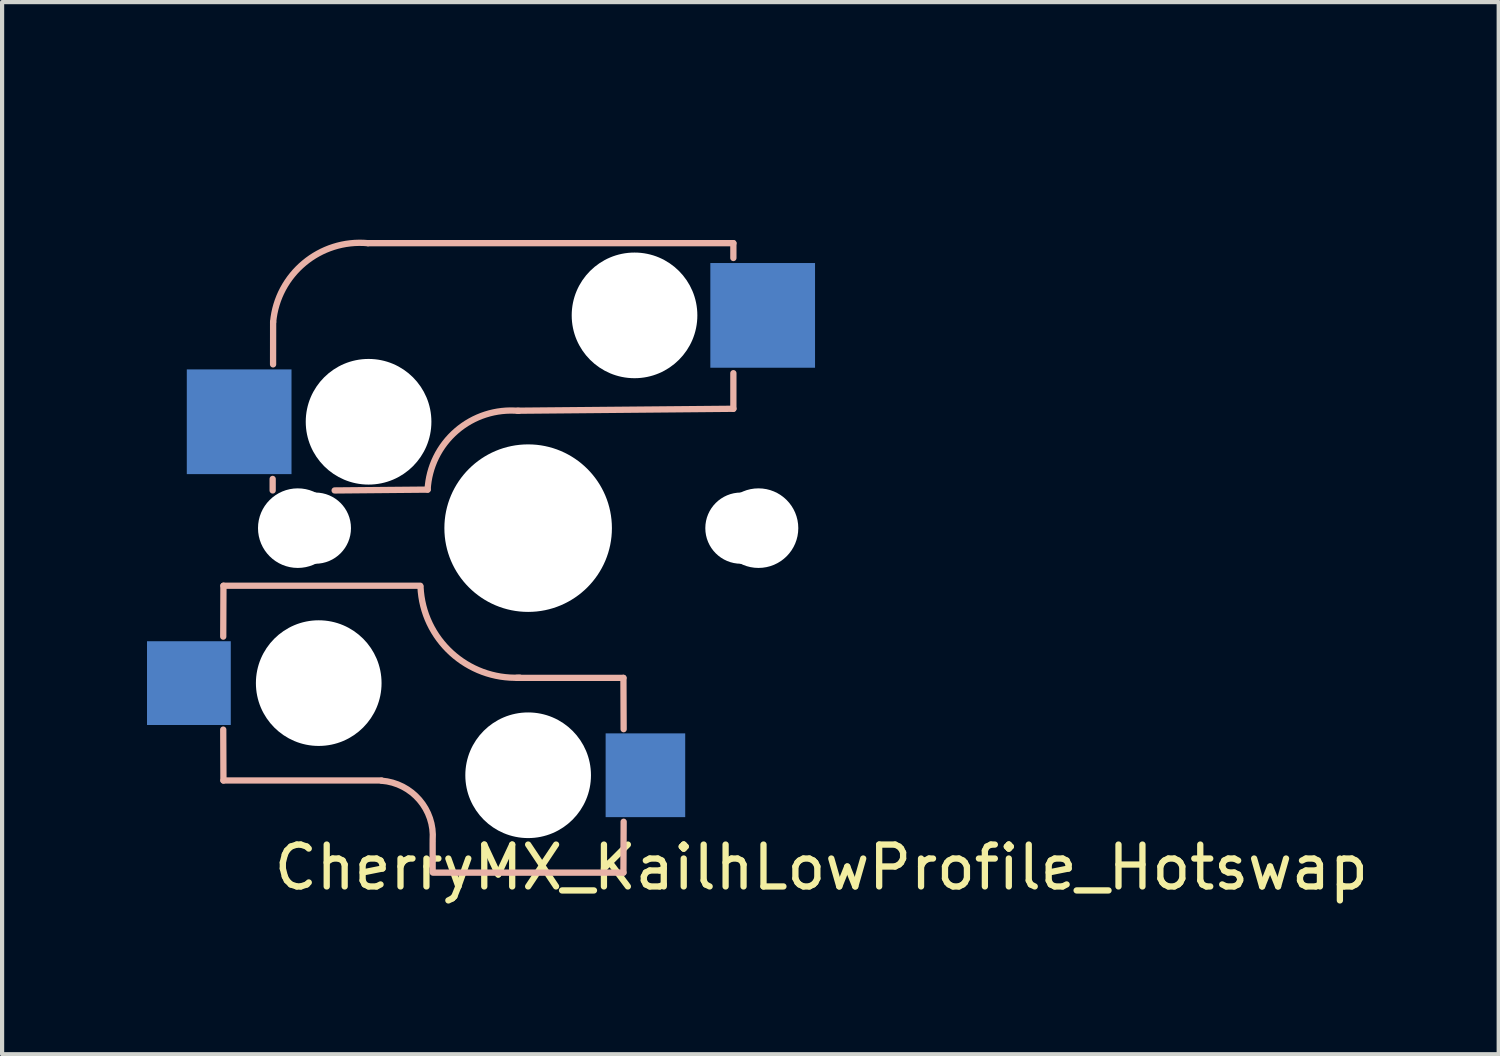
<source format=kicad_pcb>
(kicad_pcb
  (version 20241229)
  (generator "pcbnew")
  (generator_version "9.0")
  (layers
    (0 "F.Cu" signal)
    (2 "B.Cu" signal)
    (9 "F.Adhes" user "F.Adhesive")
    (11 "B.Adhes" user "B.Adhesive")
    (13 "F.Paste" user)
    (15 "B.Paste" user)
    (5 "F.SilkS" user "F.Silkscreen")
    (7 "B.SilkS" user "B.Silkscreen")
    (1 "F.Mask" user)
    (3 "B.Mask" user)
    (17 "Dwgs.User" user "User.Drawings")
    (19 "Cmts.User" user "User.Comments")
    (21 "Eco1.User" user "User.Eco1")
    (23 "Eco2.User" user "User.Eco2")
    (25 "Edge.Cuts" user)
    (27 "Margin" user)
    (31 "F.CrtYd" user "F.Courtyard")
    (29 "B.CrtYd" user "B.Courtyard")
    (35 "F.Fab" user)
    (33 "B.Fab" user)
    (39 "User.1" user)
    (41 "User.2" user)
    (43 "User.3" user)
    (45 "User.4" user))
  (footprint "CherryMX_KailhLowProfile_Hotswap"
    (layer "F.Cu")
    (at 9.56 9.56)
    (property "Reference" "CherryMX_KailhLowProfile_Hotswap" (at 7 8.1 0) (layer "F.SilkS") (effects (font (size 1 1) (thickness 0.15))))
    (attr smd)
    (fp_line (start -7.275 1.375) (end -7.28 2.59) (stroke (width 0.15) (type solid)) (layer "B.SilkS"))
    (fp_line (start -7.275 6.025) (end -7.28 4.81) (stroke (width 0.15) (type solid)) (layer "B.SilkS"))
    (fp_line (start -6.1 -0.9) (end -6.1 -1.175) (stroke (width 0.15) (type solid)) (layer "B.SilkS"))
    (fp_line (start -6.089 -4.92) (end -6.09 -3.91) (stroke (width 0.15) (type solid)) (layer "B.SilkS"))
    (fp_line (start -3.5 6.025) (end -7.275 6.025) (stroke (width 0.15) (type solid)) (layer "B.SilkS"))
    (fp_line (start -2.575 1.375) (end -7.275 1.375) (stroke (width 0.15) (type solid)) (layer "B.SilkS"))
    (fp_line (start -2.4 -0.92) (end -4.62 -0.9) (stroke (width 0.15) (type solid)) (layer "B.SilkS"))
    (fp_line (start -2.28 7.5) (end -2.28 8.2) (stroke (width 0.15) (type solid)) (layer "B.SilkS"))
    (fp_line (start 2.275 3.575) (end -0.275 3.575) (stroke (width 0.15) (type solid)) (layer "B.SilkS"))
    (fp_line (start 2.275 3.575) (end 2.28 4.8) (stroke (width 0.15) (type solid)) (layer "B.SilkS"))
    (fp_line (start 2.275 8.225) (end -2.275 8.225) (stroke (width 0.15) (type solid)) (layer "B.SilkS"))
    (fp_line (start 2.275 8.225) (end 2.28 7.01) (stroke (width 0.15) (type solid)) (layer "B.SilkS"))
    (fp_line (start 4.9 -6.804) (end -3.825 -6.804) (stroke (width 0.15) (type solid)) (layer "B.SilkS"))
    (fp_line (start 4.9 -6.804) (end 4.9 -6.45) (stroke (width 0.15) (type solid)) (layer "B.SilkS"))
    (fp_line (start 4.9 -2.85) (end -0.25 -2.804) (stroke (width 0.15) (type solid)) (layer "B.SilkS"))
    (fp_line (start 4.9 -2.85) (end 4.9 -3.7) (stroke (width 0.15) (type solid)) (layer "B.SilkS"))
    (fp_arc (start -6.089 -4.92) (mid -5.347189 -6.33089) (end -3.825 -6.804) (stroke (width 0.15) (type solid)) (layer "B.SilkS"))
    (fp_arc (start -3.5 6.03) (mid -2.595908 6.48733) (end -2.28 7.45) (stroke (width 0.15) (type solid)) (layer "B.SilkS"))
    (fp_arc (start -2.4 -0.92) (mid -1.712314 -2.322551) (end -0.225 -2.8) (stroke (width 0.15) (type solid)) (layer "B.SilkS"))
    (fp_arc (start -0.2 3.57) (mid -1.834422 2.975843) (end -2.57 1.4) (stroke (width 0.15) (type solid)) (layer "B.SilkS"))
    (fp_line (start -7 -7) (end 7 -7) (stroke (width 0.15) (type solid)) (layer "Eco2.User"))
    (fp_line (start -7 7) (end -7 -7) (stroke (width 0.15) (type solid)) (layer "Eco2.User"))
    (fp_line (start 7 -7) (end 7 7) (stroke (width 0.15) (type solid)) (layer "Eco2.User"))
    (fp_line (start 7 7) (end -7 7) (stroke (width 0.15) (type solid)) (layer "Eco2.User"))
    (fp_line (start -9.5 -9.5) (end 9.5 -9.5) (stroke (width 0.12) (type solid)) (layer "User.1"))
    (fp_line (start -9.5 9.5) (end -9.5 -9.5) (stroke (width 0.12) (type solid)) (layer "User.1"))
    (fp_line (start 9.5 -9.5) (end 9.5 9.5) (stroke (width 0.12) (type solid)) (layer "User.1"))
    (fp_line (start 9.5 9.5) (end -9.5 9.5) (stroke (width 0.12) (type solid)) (layer "User.1"))
    (pad "" np_thru_hole circle (at -5.5 0 90) (size 1.9 1.9) (drill 1.9) (layers "*.Cu" "*.Mask"))
    (pad "" np_thru_hole circle (at -5.08 0) (size 1.7 1.7) (drill 1.7) (layers "*.Cu" "*.Mask"))
    (pad "" np_thru_hole circle (at -5 3.7 90) (size 3 3) (drill 3) (layers "*.Cu" "*.Mask"))
    (pad "" np_thru_hole circle (at -3.825 -2.58 180) (size 0.1 0.1) (drill 0.1) (layers "*.Cu" "*.Mask"))
    (pad "" np_thru_hole circle (at -3.81 -2.54 180) (size 3 3) (drill 3) (layers "*.Cu" "*.Mask"))
    (pad "" np_thru_hole circle (at 0 0 90) (size 4 4) (drill 4) (layers "*.Cu" "*.Mask"))
    (pad "" np_thru_hole circle (at 0 5.9 90) (size 3 3) (drill 3) (layers "*.Cu" "*.Mask"))
    (pad "" np_thru_hole circle (at 2.54 -5.08 180) (size 3 3) (drill 3) (layers "*.Cu" "*.Mask"))
    (pad "" np_thru_hole circle (at 5.08 0) (size 1.7 1.7) (drill 1.7) (layers "*.Cu" "*.Mask"))
    (pad "" np_thru_hole circle (at 5.5 0 90) (size 1.9 1.9) (drill 1.9) (layers "*.Cu" "*.Mask"))
    (pad "1" smd rect (at -8.1 3.7 180) (size 2 2) (layers "B.Cu" "B.Mask" "B.Paste"))
    (pad "1" smd rect (at -6.9 -2.54 180) (size 2.5 2.5) (layers "B.Cu" "B.Mask" "B.Paste"))
    (pad "2" smd rect (at 2.8 5.9 180) (size 1.9 2) (layers "B.Cu" "B.Mask" "B.Paste"))
    (pad "2" smd rect (at 5.6 -5.08 180) (size 2.5 2.5) (layers "B.Cu" "B.Mask" "B.Paste")))
  (gr_rect
    (start -3 -3)
    (end 32.733 22.12)
    (stroke (width 0.1) (type default))
    (fill no)
    (layer "Edge.Cuts")))
</source>
